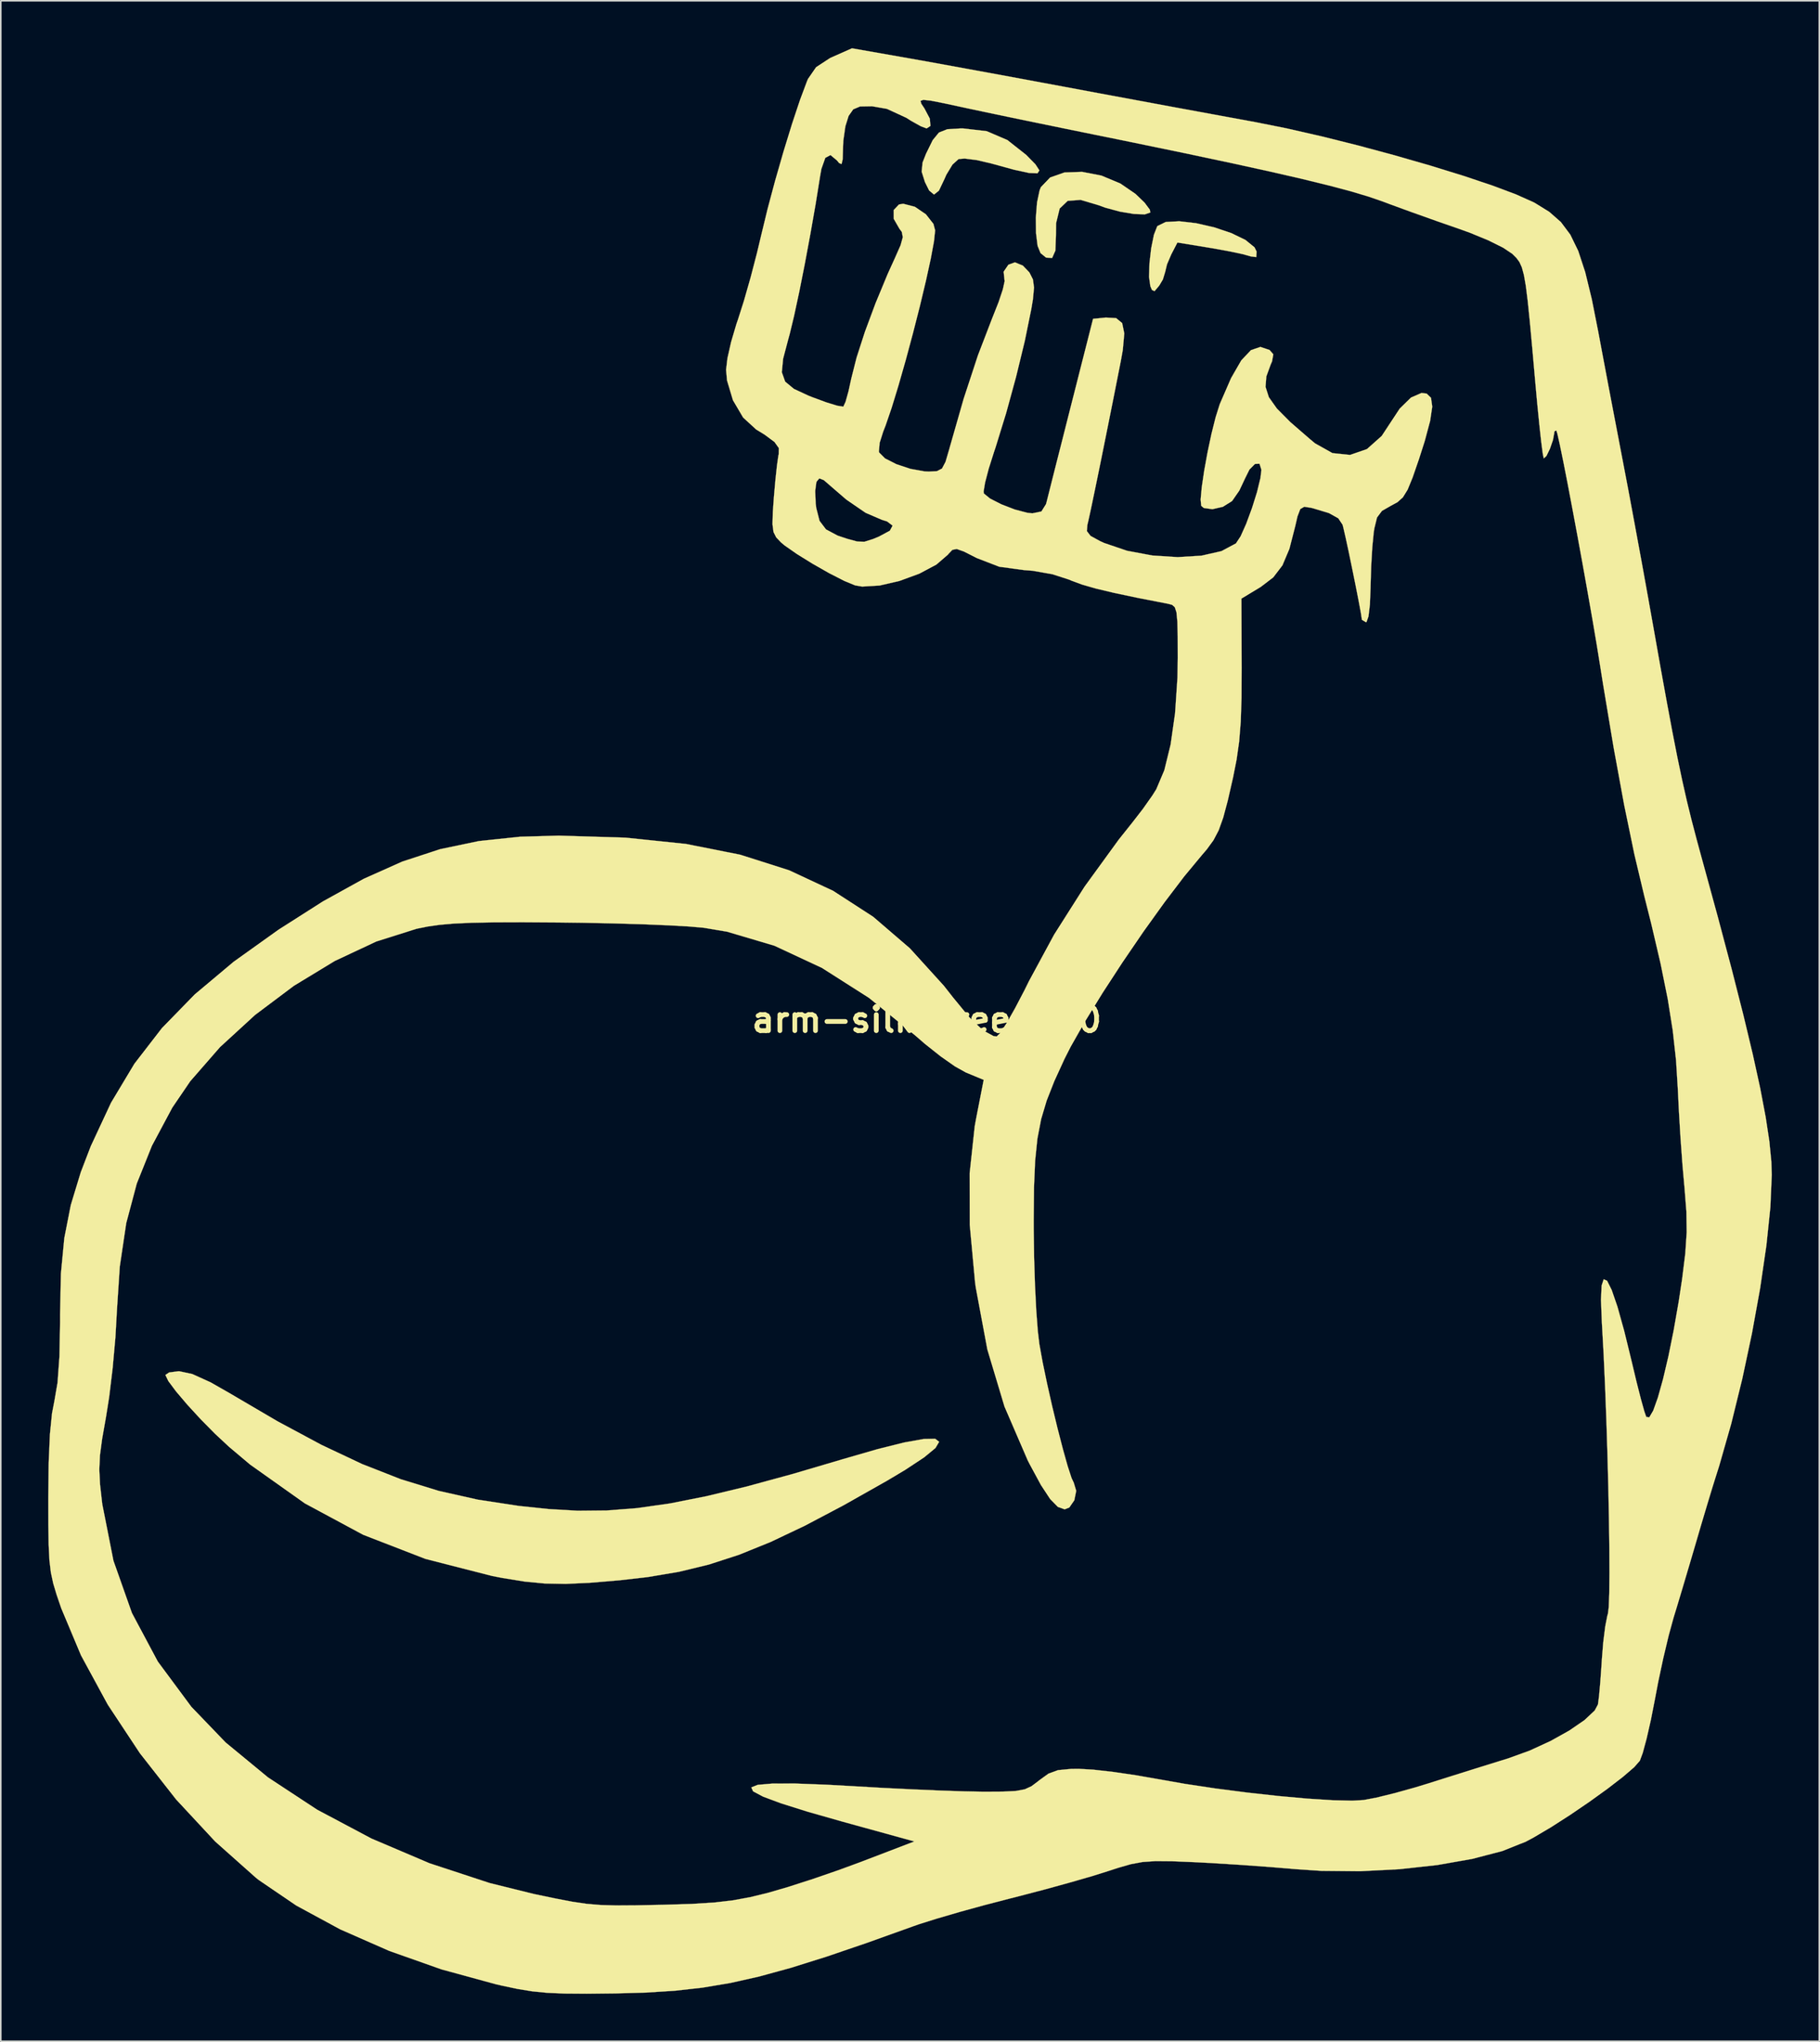
<source format=kicad_pcb>
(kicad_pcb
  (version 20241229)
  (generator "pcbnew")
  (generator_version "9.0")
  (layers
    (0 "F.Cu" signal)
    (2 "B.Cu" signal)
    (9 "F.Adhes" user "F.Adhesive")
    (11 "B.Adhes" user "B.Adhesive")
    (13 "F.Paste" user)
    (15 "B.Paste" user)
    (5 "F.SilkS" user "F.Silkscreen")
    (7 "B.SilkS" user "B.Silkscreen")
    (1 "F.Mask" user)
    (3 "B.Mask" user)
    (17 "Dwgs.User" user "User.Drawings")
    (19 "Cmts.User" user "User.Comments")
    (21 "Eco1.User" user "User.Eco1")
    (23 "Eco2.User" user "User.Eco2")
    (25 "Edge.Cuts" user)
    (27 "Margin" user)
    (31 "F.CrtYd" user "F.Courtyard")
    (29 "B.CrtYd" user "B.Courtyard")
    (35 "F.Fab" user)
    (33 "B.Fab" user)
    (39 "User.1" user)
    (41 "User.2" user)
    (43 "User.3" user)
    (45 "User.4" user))
  (footprint "arm-silkscreen420"
    (layer "F.Cu")
    (at 55.567 61.427)
    (property "Reference" "arm-silkscreen420" (at 0 0 0) (layer "F.SilkS") (effects (font (size 1.524 1.524) (thickness 0.3))))
    (attr through_hole)
    (fp_poly (pts (xy 3.794 -56.183) (xy 5.1 -55.621) (xy 6.284 -54.687) (xy 6.873 -54.087) (xy 7.124 -53.7) (xy 7.003 -53.52) (xy 6.479 -53.538) (xy 5.52 -53.746) (xy 4.093 -54.137) (xy 4.085 -54.139) (xy 3.166 -54.355) (xy 2.4 -54.451) (xy 2.013 -54.42) (xy 1.629 -54.074) (xy 1.236 -53.427) (xy 1.129 -53.181) (xy 0.769 -52.422) (xy 0.459 -52.175) (xy 0.15 -52.432) (xy -0.116 -52.968) (xy -0.323 -53.622) (xy -0.267 -54.197) (xy -0.047 -54.754) (xy 0.376 -55.617) (xy 0.77 -56.097) (xy 1.297 -56.306) (xy 2.12 -56.356) (xy 2.294 -56.356) (xy 3.794 -56.183)) (stroke (width 0.01) (type solid)) (fill yes) (layer "F.SilkS"))
    (fp_poly (pts (xy 11.042 -53.376) (xy 12.243 -52.875) (xy 13.197 -52.221) (xy 13.776 -51.664) (xy 14.108 -51.219) (xy 14.141 -51.042) (xy 13.793 -50.922) (xy 13.098 -50.948) (xy 12.212 -51.097) (xy 11.29 -51.347) (xy 10.882 -51.496) (xy 9.729 -51.839) (xy 8.912 -51.776) (xy 8.405 -51.291) (xy 8.18 -50.364) (xy 8.171 -49.595) (xy 8.135 -48.63) (xy 7.928 -48.163) (xy 7.544 -48.19) (xy 7.197 -48.472) (xy 7.008 -48.936) (xy 6.909 -49.744) (xy 6.898 -50.717) (xy 6.974 -51.677) (xy 7.137 -52.446) (xy 7.217 -52.643) (xy 7.8 -53.253) (xy 8.707 -53.573) (xy 9.826 -53.611) (xy 11.042 -53.376)) (stroke (width 0.01) (type solid)) (fill yes) (layer "F.SilkS"))
    (fp_poly (pts (xy 17.035 -50.365) (xy 18.176 -50.104) (xy 19.26 -49.74) (xy 20.155 -49.307) (xy 20.729 -48.839) (xy 20.861 -48.571) (xy 20.84 -48.222) (xy 20.495 -48.262) (xy 20.466 -48.273) (xy 19.978 -48.408) (xy 19.133 -48.587) (xy 18.101 -48.775) (xy 17.914 -48.806) (xy 15.853 -49.143) (xy 15.467 -48.397) (xy 15.193 -47.759) (xy 15.081 -47.292) (xy 14.934 -46.807) (xy 14.703 -46.419) (xy 14.407 -46.069) (xy 14.242 -46.145) (xy 14.14 -46.384) (xy 14.058 -46.965) (xy 14.085 -47.832) (xy 14.195 -48.787) (xy 14.366 -49.631) (xy 14.573 -50.162) (xy 14.593 -50.187) (xy 15.111 -50.441) (xy 15.97 -50.488) (xy 17.035 -50.365)) (stroke (width 0.01) (type solid)) (fill yes) (layer "F.SilkS"))
    (fp_poly (pts (xy -46.453 22.4) (xy -45.286 22.931) (xy -44.162 23.572) (xy -41.067 25.386) (xy -38.278 26.882) (xy -35.707 28.094) (xy -33.263 29.052) (xy -30.855 29.791) (xy -28.395 30.343) (xy -25.793 30.74) (xy -23.905 30.938) (xy -22.082 31.044) (xy -20.246 31.028) (xy -18.326 30.879) (xy -16.256 30.584) (xy -13.967 30.132) (xy -11.391 29.512) (xy -8.458 28.712) (xy -5.292 27.778) (xy -3.116 27.149) (xy -1.419 26.726) (xy -0.202 26.508) (xy 0.533 26.494) (xy 0.784 26.684) (xy 0.552 27.076) (xy -0.167 27.67) (xy -1.373 28.466) (xy -2.514 29.146) (xy -5.283 30.71) (xy -7.711 31.991) (xy -9.88 33.02) (xy -11.875 33.828) (xy -13.78 34.446) (xy -15.677 34.906) (xy -17.651 35.238) (xy -19.447 35.443) (xy -21.319 35.6) (xy -22.831 35.67) (xy -24.145 35.646) (xy -25.422 35.524) (xy -26.826 35.297) (xy -27.484 35.171) (xy -31.704 34.091) (xy -35.645 32.565) (xy -39.334 30.58) (xy -42.797 28.125) (xy -44.132 27.001) (xy -45.018 26.176) (xy -45.925 25.257) (xy -46.773 24.334) (xy -47.481 23.501) (xy -47.969 22.847) (xy -48.154 22.464) (xy -48.154 22.459) (xy -47.922 22.301) (xy -47.355 22.226) (xy -47.27 22.225) (xy -46.453 22.4)) (stroke (width 0.01) (type solid)) (fill yes) (layer "F.SilkS"))
    (fp_poly (pts (xy -1.505 -60.857) (xy -0.324 -60.647) (xy 1.26 -60.361) (xy 3.13 -60.019) (xy 5.168 -59.645) (xy 7.257 -59.258) (xy 8.599 -59.008) (xy 10.83 -58.592) (xy 13.246 -58.144) (xy 15.687 -57.692) (xy 17.996 -57.267) (xy 20.013 -56.897) (xy 20.77 -56.758) (xy 22.77 -56.358) (xy 24.964 -55.858) (xy 27.263 -55.284) (xy 29.58 -54.66) (xy 31.827 -54.013) (xy 33.917 -53.368) (xy 35.762 -52.75) (xy 37.274 -52.183) (xy 38.366 -51.695) (xy 38.463 -51.644) (xy 39.369 -51.084) (xy 40.103 -50.441) (xy 40.703 -49.641) (xy 41.205 -48.609) (xy 41.646 -47.27) (xy 42.064 -45.549) (xy 42.465 -43.529) (xy 42.741 -42.053) (xy 43.084 -40.239) (xy 43.459 -38.27) (xy 43.831 -36.327) (xy 44.024 -35.322) (xy 44.382 -33.442) (xy 44.793 -31.239) (xy 45.221 -28.913) (xy 45.629 -26.662) (xy 45.901 -25.135) (xy 46.387 -22.4) (xy 46.802 -20.109) (xy 47.162 -18.187) (xy 47.482 -16.557) (xy 47.779 -15.141) (xy 48.068 -13.863) (xy 48.366 -12.647) (xy 48.689 -11.415) (xy 48.975 -10.365) (xy 50.016 -6.564) (xy 50.902 -3.231) (xy 51.641 -0.329) (xy 52.242 2.177) (xy 52.712 4.323) (xy 53.059 6.145) (xy 53.291 7.679) (xy 53.417 8.96) (xy 53.445 9.806) (xy 53.357 11.85) (xy 53.105 14.276) (xy 52.71 16.973) (xy 52.193 19.827) (xy 51.575 22.725) (xy 50.878 25.555) (xy 50.121 28.203) (xy 49.894 28.921) (xy 49.671 29.635) (xy 49.348 30.699) (xy 48.974 31.955) (xy 48.685 32.941) (xy 48.265 34.368) (xy 47.824 35.855) (xy 47.425 37.184) (xy 47.226 37.835) (xy 46.923 38.94) (xy 46.585 40.36) (xy 46.259 41.889) (xy 46.056 42.955) (xy 45.801 44.26) (xy 45.533 45.438) (xy 45.284 46.356) (xy 45.102 46.85) (xy 44.745 47.257) (xy 44.031 47.871) (xy 43.051 48.626) (xy 41.901 49.454) (xy 40.674 50.289) (xy 39.466 51.064) (xy 38.368 51.712) (xy 37.886 51.97) (xy 36.398 52.562) (xy 34.497 53.058) (xy 32.294 53.445) (xy 29.899 53.709) (xy 27.422 53.837) (xy 24.973 53.816) (xy 23.398 53.711) (xy 21.753 53.573) (xy 19.859 53.436) (xy 17.994 53.319) (xy 16.928 53.264) (xy 15.506 53.206) (xy 14.462 53.198) (xy 13.647 53.254) (xy 12.912 53.39) (xy 12.105 53.622) (xy 11.513 53.816) (xy 10.493 54.135) (xy 9.113 54.535) (xy 7.527 54.972) (xy 5.888 55.403) (xy 5.246 55.566) (xy 3.649 55.98) (xy 2.061 56.417) (xy 0.63 56.835) (xy -0.497 57.19) (xy -0.848 57.313) (xy -3.812 58.375) (xy -6.37 59.247) (xy -8.605 59.947) (xy -10.597 60.493) (xy -12.429 60.904) (xy -14.182 61.198) (xy -15.937 61.394) (xy -17.776 61.51) (xy -19.711 61.563) (xy -21.504 61.581) (xy -22.893 61.572) (xy -24.003 61.525) (xy -24.961 61.43) (xy -25.89 61.279) (xy -26.918 61.061) (xy -27.252 60.983) (xy -30.687 60.045) (xy -34.002 58.873) (xy -37.099 57.512) (xy -39.877 56.007) (xy -42.238 54.401) (xy -42.431 54.249) (xy -45.003 51.961) (xy -47.476 49.301) (xy -49.768 46.377) (xy -51.801 43.303) (xy -53.494 40.187) (xy -54.74 37.219) (xy -55.037 36.354) (xy -55.253 35.632) (xy -55.4 34.941) (xy -55.491 34.169) (xy -55.539 33.204) (xy -55.559 31.934) (xy -55.562 30.247) (xy -55.562 30.246) (xy -55.542 28.443) (xy -52.336 28.443) (xy -52.289 29.38) (xy -52.159 30.534) (xy -52.142 30.66) (xy -51.44 34.208) (xy -50.273 37.509) (xy -48.634 40.581) (xy -46.515 43.439) (xy -44.347 45.694) (xy -41.663 47.905) (xy -38.557 49.946) (xy -35.122 51.77) (xy -31.452 53.332) (xy -27.638 54.586) (xy -24.842 55.277) (xy -23.488 55.56) (xy -22.427 55.763) (xy -21.524 55.896) (xy -20.644 55.971) (xy -19.651 55.999) (xy -18.408 55.992) (xy -16.779 55.96) (xy -16.669 55.958) (xy -14.865 55.903) (xy -13.44 55.815) (xy -12.244 55.675) (xy -11.128 55.468) (xy -10.054 55.205) (xy -8.79 54.838) (xy -7.238 54.339) (xy -5.6 53.775) (xy -4.163 53.247) (xy -0.785 51.954) (xy -5.354 50.695) (xy -7.536 50.073) (xy -9.203 49.549) (xy -10.353 49.121) (xy -10.985 48.785) (xy -11.098 48.537) (xy -10.691 48.374) (xy -9.764 48.294) (xy -8.314 48.292) (xy -6.342 48.366) (xy -4.685 48.458) (xy -2.805 48.566) (xy -0.911 48.66) (xy 0.865 48.736) (xy 2.39 48.787) (xy 3.529 48.808) (xy 3.587 48.809) (xy 4.814 48.803) (xy 5.642 48.761) (xy 6.203 48.655) (xy 6.627 48.459) (xy 7.044 48.146) (xy 7.113 48.088) (xy 7.698 47.666) (xy 8.3 47.446) (xy 9.127 47.367) (xy 9.611 47.362) (xy 10.529 47.415) (xy 11.791 47.557) (xy 13.226 47.767) (xy 14.554 48) (xy 16.338 48.314) (xy 18.281 48.606) (xy 20.286 48.865) (xy 22.251 49.082) (xy 24.077 49.246) (xy 25.666 49.347) (xy 26.917 49.376) (xy 27.636 49.335) (xy 28.46 49.178) (xy 29.608 48.896) (xy 30.904 48.534) (xy 31.75 48.276) (xy 33.201 47.817) (xy 34.766 47.326) (xy 36.196 46.88) (xy 36.777 46.701) (xy 38.128 46.212) (xy 39.45 45.605) (xy 40.644 44.939) (xy 41.609 44.275) (xy 42.248 43.672) (xy 42.452 43.292) (xy 42.519 42.774) (xy 42.599 41.893) (xy 42.676 40.812) (xy 42.696 40.478) (xy 42.787 39.352) (xy 42.911 38.36) (xy 43.045 37.674) (xy 43.081 37.561) (xy 43.135 37.135) (xy 43.167 36.252) (xy 43.179 34.982) (xy 43.172 33.396) (xy 43.147 31.565) (xy 43.107 29.56) (xy 43.051 27.451) (xy 42.983 25.31) (xy 42.903 23.207) (xy 42.813 21.213) (xy 42.714 19.4) (xy 42.697 19.116) (xy 42.643 17.705) (xy 42.684 16.805) (xy 42.815 16.407) (xy 43.03 16.503) (xy 43.321 17.084) (xy 43.684 18.141) (xy 44.11 19.667) (xy 44.595 21.652) (xy 44.605 21.696) (xy 44.899 22.926) (xy 45.168 23.984) (xy 45.383 24.754) (xy 45.506 25.108) (xy 45.696 25.141) (xy 45.946 24.714) (xy 46.242 23.887) (xy 46.568 22.724) (xy 46.906 21.286) (xy 47.241 19.636) (xy 47.556 17.835) (xy 47.775 16.387) (xy 47.976 14.772) (xy 48.064 13.436) (xy 48.046 12.142) (xy 47.929 10.653) (xy 47.922 10.583) (xy 47.794 9.137) (xy 47.669 7.406) (xy 47.564 5.637) (xy 47.507 4.435) (xy 47.391 2.559) (xy 47.182 0.676) (xy 46.864 -1.321) (xy 46.416 -3.537) (xy 45.821 -6.081) (xy 45.379 -7.836) (xy 44.754 -10.467) (xy 44.112 -13.571) (xy 43.451 -17.166) (xy 42.766 -21.268) (xy 42.594 -22.357) (xy 42.376 -23.704) (xy 42.108 -25.282) (xy 41.804 -27.014) (xy 41.48 -28.824) (xy 41.148 -30.636) (xy 40.824 -32.373) (xy 40.522 -33.959) (xy 40.255 -35.318) (xy 40.038 -36.372) (xy 39.886 -37.047) (xy 39.817 -37.265) (xy 39.695 -37.195) (xy 39.688 -37.103) (xy 39.605 -36.651) (xy 39.414 -36.1) (xy 39.195 -35.65) (xy 39.03 -35.496) (xy 39.022 -35.502) (xy 38.961 -35.793) (xy 38.865 -36.523) (xy 38.746 -37.606) (xy 38.612 -38.953) (xy 38.496 -40.226) (xy 38.304 -42.399) (xy 38.146 -44.109) (xy 38.012 -45.418) (xy 37.891 -46.389) (xy 37.77 -47.086) (xy 37.639 -47.572) (xy 37.486 -47.909) (xy 37.3 -48.161) (xy 37.069 -48.392) (xy 37.027 -48.432) (xy 36.453 -48.816) (xy 35.516 -49.281) (xy 34.357 -49.759) (xy 33.697 -49.996) (xy 32.261 -50.496) (xy 30.69 -51.056) (xy 29.254 -51.58) (xy 28.818 -51.744) (xy 27.939 -52.047) (xy 26.824 -52.379) (xy 25.436 -52.748) (xy 23.737 -53.164) (xy 21.691 -53.634) (xy 19.26 -54.167) (xy 16.408 -54.772) (xy 13.097 -55.457) (xy 10.597 -55.966) (xy 8.738 -56.345) (xy 6.88 -56.727) (xy 5.146 -57.086) (xy 3.661 -57.397) (xy 2.548 -57.633) (xy 2.4 -57.666) (xy 1.108 -57.944) (xy 0.261 -58.111) (xy -0.216 -58.163) (xy -0.394 -58.1) (xy -0.348 -57.921) (xy -0.15 -57.624) (xy -0.147 -57.62) (xy 0.192 -56.977) (xy 0.233 -56.516) (xy -0.006 -56.356) (xy -0.374 -56.492) (xy -0.989 -56.836) (xy -1.295 -57.03) (xy -2.52 -57.594) (xy -3.457 -57.758) (xy -4.218 -57.746) (xy -4.651 -57.564) (xy -4.942 -57.15) (xy -5.149 -56.488) (xy -5.278 -55.58) (xy -5.296 -55.166) (xy -5.318 -54.409) (xy -5.389 -54.102) (xy -5.545 -54.167) (xy -5.679 -54.332) (xy -6.089 -54.673) (xy -6.416 -54.499) (xy -6.662 -53.805) (xy -6.74 -53.378) (xy -7.029 -51.58) (xy -7.362 -49.679) (xy -7.715 -47.789) (xy -8.065 -46.028) (xy -8.391 -44.511) (xy -8.67 -43.356) (xy -8.762 -43.023) (xy -9.085 -41.796) (xy -9.167 -40.943) (xy -8.956 -40.347) (xy -8.406 -39.89) (xy -7.465 -39.453) (xy -7.233 -39.361) (xy -6.34 -39.033) (xy -5.645 -38.821) (xy -5.288 -38.766) (xy -5.276 -38.771) (xy -5.137 -39.069) (xy -4.95 -39.737) (xy -4.774 -40.541) (xy -4.441 -41.862) (xy -3.91 -43.503) (xy -3.234 -45.318) (xy -2.468 -47.163) (xy -2.022 -48.145) (xy -1.655 -48.974) (xy -1.515 -49.482) (xy -1.579 -49.814) (xy -1.73 -50.017) (xy -2.088 -50.638) (xy -2.09 -51.199) (xy -1.759 -51.547) (xy -1.491 -51.594) (xy -0.752 -51.403) (xy -0.056 -50.929) (xy 0.421 -50.32) (xy 0.529 -49.909) (xy 0.456 -49.218) (xy 0.253 -48.123) (xy -0.053 -46.723) (xy -0.437 -45.12) (xy -0.872 -43.413) (xy -1.332 -41.704) (xy -1.792 -40.093) (xy -2.225 -38.682) (xy -2.606 -37.569) (xy -2.756 -37.187) (xy -2.98 -36.48) (xy -3.029 -35.938) (xy -3.011 -35.865) (xy -2.644 -35.495) (xy -1.925 -35.129) (xy -1.03 -34.832) (xy -0.132 -34.672) (xy 0.13 -34.66) (xy 0.646 -34.688) (xy 0.963 -34.852) (xy 1.186 -35.275) (xy 1.422 -36.077) (xy 1.451 -36.182) (xy 2.332 -39.259) (xy 3.239 -42.017) (xy 4.138 -44.354) (xy 4.147 -44.376) (xy 4.541 -45.371) (xy 4.814 -46.187) (xy 4.926 -46.701) (xy 4.914 -46.8) (xy 4.862 -47.298) (xy 5.162 -47.739) (xy 5.578 -47.89) (xy 6.076 -47.684) (xy 6.492 -47.251) (xy 6.714 -46.811) (xy 6.784 -46.296) (xy 6.712 -45.535) (xy 6.612 -44.935) (xy 6.202 -42.93) (xy 5.65 -40.656) (xy 5.014 -38.336) (xy 4.352 -36.194) (xy 4.248 -35.883) (xy 3.916 -34.834) (xy 3.688 -33.966) (xy 3.595 -33.406) (xy 3.61 -33.276) (xy 4.007 -32.952) (xy 4.726 -32.587) (xy 5.573 -32.261) (xy 6.353 -32.055) (xy 6.676 -32.02) (xy 7.25 -32.137) (xy 7.54 -32.6) (xy 7.58 -32.742) (xy 7.698 -33.212) (xy 7.924 -34.106) (xy 8.236 -35.336) (xy 8.611 -36.812) (xy 9.026 -38.448) (xy 9.139 -38.894) (xy 10.518 -44.318) (xy 11.327 -44.399) (xy 11.978 -44.362) (xy 12.359 -44.048) (xy 12.492 -43.396) (xy 12.398 -42.343) (xy 12.278 -41.672) (xy 11.798 -39.252) (xy 11.358 -37.053) (xy 10.969 -35.129) (xy 10.641 -33.531) (xy 10.387 -32.314) (xy 10.215 -31.53) (xy 10.156 -31.286) (xy 10.125 -30.898) (xy 10.357 -30.595) (xy 10.955 -30.266) (xy 11.222 -30.145) (xy 12.669 -29.653) (xy 14.261 -29.355) (xy 15.87 -29.251) (xy 17.371 -29.343) (xy 18.637 -29.629) (xy 19.541 -30.111) (xy 19.561 -30.128) (xy 19.85 -30.568) (xy 20.205 -31.361) (xy 20.569 -32.347) (xy 20.888 -33.364) (xy 21.104 -34.252) (xy 21.167 -34.768) (xy 21.047 -35.155) (xy 20.76 -35.144) (xy 20.41 -34.789) (xy 20.135 -34.237) (xy 19.768 -33.458) (xy 19.332 -32.828) (xy 19.288 -32.782) (xy 18.728 -32.434) (xy 18.066 -32.282) (xy 17.521 -32.358) (xy 17.359 -32.497) (xy 17.322 -32.89) (xy 17.392 -33.669) (xy 17.545 -34.707) (xy 17.758 -35.875) (xy 18.008 -37.048) (xy 18.27 -38.097) (xy 18.522 -38.896) (xy 18.541 -38.946) (xy 19.245 -40.566) (xy 19.891 -41.688) (xy 20.503 -42.338) (xy 21.104 -42.542) (xy 21.681 -42.348) (xy 21.919 -42.074) (xy 21.839 -41.628) (xy 21.747 -41.414) (xy 21.477 -40.676) (xy 21.426 -40.017) (xy 21.635 -39.364) (xy 22.145 -38.645) (xy 22.998 -37.786) (xy 24.235 -36.714) (xy 24.56 -36.444) (xy 25.656 -35.829) (xy 26.774 -35.714) (xy 27.839 -36.081) (xy 28.773 -36.911) (xy 29.222 -37.592) (xy 29.911 -38.638) (xy 30.625 -39.338) (xy 31.29 -39.63) (xy 31.616 -39.593) (xy 31.894 -39.322) (xy 31.971 -38.765) (xy 31.839 -37.869) (xy 31.494 -36.582) (xy 31.133 -35.454) (xy 30.73 -34.287) (xy 30.413 -33.516) (xy 30.114 -33.031) (xy 29.77 -32.723) (xy 29.369 -32.507) (xy 28.791 -32.176) (xy 28.478 -31.757) (xy 28.307 -31.057) (xy 28.267 -30.787) (xy 28.179 -29.881) (xy 28.109 -28.687) (xy 28.071 -27.448) (xy 28.069 -27.318) (xy 28.028 -26.261) (xy 27.938 -25.504) (xy 27.813 -25.149) (xy 27.781 -25.135) (xy 27.522 -25.288) (xy 27.514 -25.334) (xy 27.461 -25.693) (xy 27.324 -26.434) (xy 27.131 -27.422) (xy 26.908 -28.522) (xy 26.684 -29.6) (xy 26.485 -30.519) (xy 26.34 -31.146) (xy 26.298 -31.302) (xy 26.028 -31.706) (xy 25.439 -32.034) (xy 24.431 -32.339) (xy 24.297 -32.372) (xy 23.875 -32.436) (xy 23.624 -32.289) (xy 23.445 -31.819) (xy 23.307 -31.217) (xy 22.935 -29.771) (xy 22.495 -28.731) (xy 21.916 -27.972) (xy 21.126 -27.369) (xy 21.077 -27.339) (xy 19.9 -26.628) (xy 19.916 -22.244) (xy 19.907 -20.35) (xy 19.858 -18.846) (xy 19.758 -17.591) (xy 19.596 -16.447) (xy 19.378 -15.346) (xy 19.038 -13.859) (xy 18.749 -12.776) (xy 18.463 -11.979) (xy 18.133 -11.351) (xy 17.714 -10.776) (xy 17.391 -10.399) (xy 16.291 -9.073) (xy 15.041 -7.431) (xy 13.713 -5.582) (xy 12.383 -3.635) (xy 11.123 -1.702) (xy 10.008 0.11) (xy 9.111 1.689) (xy 8.707 2.484) (xy 8.07 3.876) (xy 7.586 5.104) (xy 7.236 6.278) (xy 6.998 7.51) (xy 6.854 8.911) (xy 6.782 10.592) (xy 6.763 12.664) (xy 6.764 13.229) (xy 6.788 15.003) (xy 6.843 16.755) (xy 6.923 18.355) (xy 7.022 19.674) (xy 7.121 20.505) (xy 7.328 21.65) (xy 7.606 22.99) (xy 7.929 24.422) (xy 8.272 25.84) (xy 8.608 27.141) (xy 8.912 28.221) (xy 9.157 28.974) (xy 9.299 29.277) (xy 9.452 29.785) (xy 9.332 30.382) (xy 9.016 30.84) (xy 8.721 30.956) (xy 8.292 30.801) (xy 7.804 30.304) (xy 7.218 29.413) (xy 6.498 28.081) (xy 6.38 27.848) (xy 4.916 24.458) (xy 3.831 20.846) (xy 3.097 16.915) (xy 3.053 16.589) (xy 2.719 12.972) (xy 2.712 9.709) (xy 3.032 6.74) (xy 3.131 6.199) (xy 3.6 3.8) (xy 2.473 3.334) (xy 1.789 2.953) (xy 0.871 2.309) (xy -0.138 1.508) (xy -0.716 1.005) (xy -3.653 -1.382) (xy -6.633 -3.28) (xy -9.633 -4.679) (xy -12.632 -5.568) (xy -14.105 -5.815) (xy -14.999 -5.894) (xy -16.32 -5.969) (xy -17.966 -6.037) (xy -19.835 -6.092) (xy -21.825 -6.133) (xy -23.325 -6.15) (xy -25.566 -6.163) (xy -27.356 -6.158) (xy -28.774 -6.132) (xy -29.898 -6.081) (xy -30.807 -6.002) (xy -31.578 -5.892) (xy -32.279 -5.75) (xy -34.822 -4.945) (xy -37.44 -3.718) (xy -40.029 -2.146) (xy -42.484 -0.304) (xy -44.703 1.731) (xy -46.581 3.884) (xy -47.72 5.557) (xy -49.009 7.97) (xy -49.967 10.359) (xy -50.632 12.858) (xy -51.041 15.603) (xy -51.215 18.256) (xy -51.318 20.09) (xy -51.492 22.033) (xy -51.713 23.86) (xy -51.911 25.104) (xy -52.155 26.489) (xy -52.295 27.541) (xy -52.336 28.443) (xy -55.542 28.443) (xy -55.537 27.988) (xy -55.46 26.216) (xy -55.327 24.888) (xy -55.179 24.115) (xy -54.977 22.938) (xy -54.857 21.281) (xy -54.817 19.126) (xy -54.818 18.653) (xy -54.764 16.056) (xy -54.549 13.802) (xy -54.141 11.721) (xy -53.509 9.642) (xy -52.873 7.989) (xy -51.593 5.244) (xy -50.115 2.78) (xy -48.372 0.524) (xy -46.301 -1.601) (xy -43.837 -3.668) (xy -41.01 -5.688) (xy -38.188 -7.486) (xy -35.609 -8.913) (xy -33.173 -10.001) (xy -30.782 -10.785) (xy -28.336 -11.297) (xy -25.738 -11.571) (xy -23.277 -11.642) (xy -19.041 -11.513) (xy -15.229 -11.117) (xy -11.8 -10.436) (xy -8.711 -9.453) (xy -5.92 -8.15) (xy -3.387 -6.51) (xy -1.068 -4.517) (xy 1.078 -2.153) (xy 1.672 -1.398) (xy 2.713 -0.132) (xy 3.557 0.671) (xy 4.225 1.033) (xy 4.421 1.058) (xy 4.649 0.833) (xy 5.052 0.211) (xy 5.581 -0.722) (xy 6.187 -1.882) (xy 6.467 -2.447) (xy 8.054 -5.381) (xy 9.982 -8.418) (xy 12.141 -11.389) (xy 13.017 -12.488) (xy 13.671 -13.333) (xy 14.268 -14.18) (xy 14.519 -14.58) (xy 15.024 -15.774) (xy 15.424 -17.403) (xy 15.705 -19.383) (xy 15.855 -21.627) (xy 15.875 -22.87) (xy 15.871 -24.244) (xy 15.849 -25.177) (xy 15.793 -25.76) (xy 15.688 -26.082) (xy 15.519 -26.232) (xy 15.28 -26.297) (xy 13.338 -26.676) (xy 11.837 -26.992) (xy 10.695 -27.264) (xy 9.829 -27.514) (xy 9.158 -27.76) (xy 8.996 -27.83) (xy 7.945 -28.17) (xy 6.69 -28.39) (xy 6.152 -28.431) (xy 4.585 -28.643) (xy 3.167 -29.191) (xy 3.122 -29.214) (xy 2.347 -29.605) (xy 1.894 -29.765) (xy 1.619 -29.711) (xy 1.377 -29.458) (xy 1.335 -29.405) (xy 0.605 -28.777) (xy -0.474 -28.204) (xy -1.73 -27.744) (xy -2.991 -27.454) (xy -4.086 -27.39) (xy -4.529 -27.464) (xy -5.213 -27.745) (xy -6.166 -28.233) (xy -7.223 -28.834) (xy -8.219 -29.451) (xy -8.99 -29.989) (xy -9.225 -30.186) (xy -9.523 -30.499) (xy -9.694 -30.838) (xy -9.758 -31.335) (xy -9.735 -32.121) (xy -9.669 -33.043) (xy -9.635 -33.431) (xy -7.058 -33.431) (xy -7.025 -32.637) (xy -6.99 -32.358) (xy -6.782 -31.544) (xy -6.373 -31.004) (xy -5.635 -30.612) (xy -5.043 -30.413) (xy -4.397 -30.237) (xy -3.942 -30.224) (xy -3.405 -30.393) (xy -3.034 -30.546) (xy -2.335 -30.921) (xy -2.161 -31.243) (xy -2.512 -31.509) (xy -2.828 -31.607) (xy -3.867 -32.052) (xy -5.084 -32.886) (xy -5.984 -33.662) (xy -6.511 -34.119) (xy -6.795 -34.231) (xy -6.959 -34.036) (xy -6.986 -33.971) (xy -7.058 -33.431) (xy -9.635 -33.431) (xy -9.573 -34.136) (xy -9.474 -35.059) (xy -9.388 -35.661) (xy -9.365 -35.764) (xy -9.359 -36.149) (xy -9.633 -36.533) (xy -10.266 -37.001) (xy -10.797 -37.327) (xy -11.616 -38.078) (xy -12.258 -39.17) (xy -12.634 -40.422) (xy -12.694 -41.098) (xy -12.608 -41.825) (xy -12.375 -42.853) (xy -12.04 -43.987) (xy -11.942 -44.273) (xy -11.566 -45.449) (xy -11.143 -46.93) (xy -10.733 -48.503) (xy -10.47 -49.609) (xy -10.073 -51.247) (xy -9.59 -53.054) (xy -9.059 -54.898) (xy -8.521 -56.647) (xy -8.014 -58.167) (xy -7.58 -59.327) (xy -7.515 -59.482) (xy -7 -60.228) (xy -6.117 -60.806) (xy -5.933 -60.89) (xy -4.73 -61.422) (xy -1.505 -60.857)) (stroke (width 0.01) (type solid)) (fill yes) (layer "F.SilkS")))
  (gr_rect
    (start -3 -3)
    (end 112.018 126.014)
    (stroke (width 0.1) (type default))
    (fill no)
    (layer "Edge.Cuts")))
</source>
